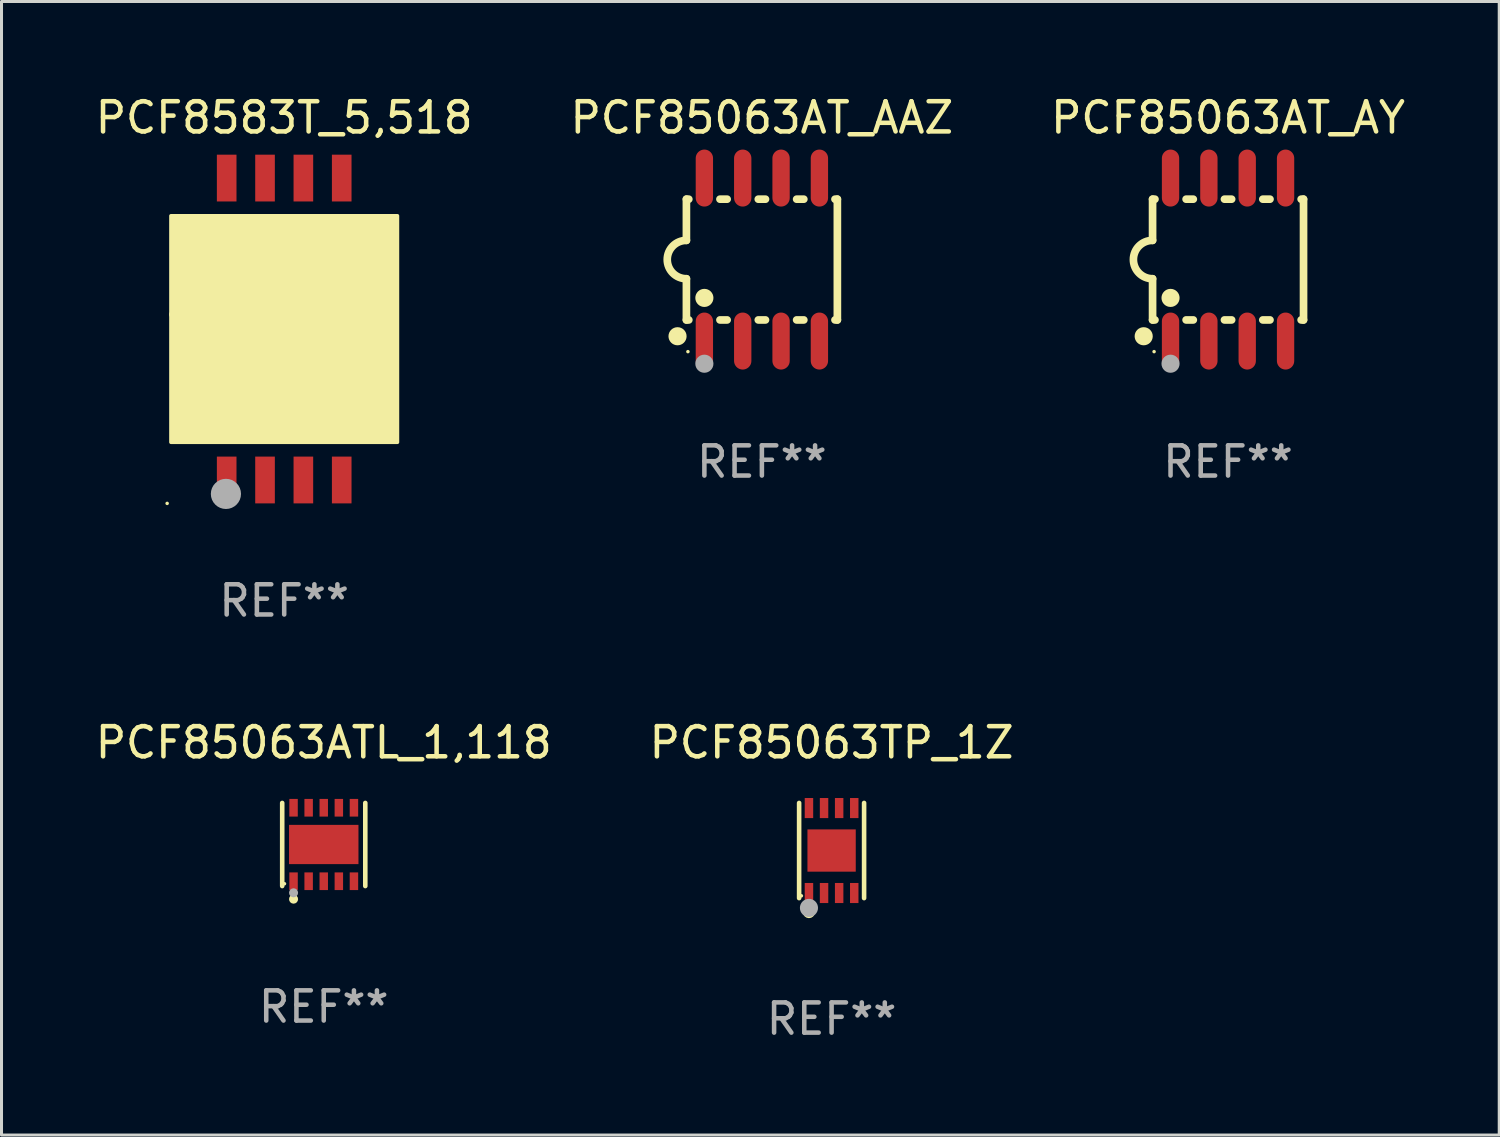
<source format=kicad_pcb>
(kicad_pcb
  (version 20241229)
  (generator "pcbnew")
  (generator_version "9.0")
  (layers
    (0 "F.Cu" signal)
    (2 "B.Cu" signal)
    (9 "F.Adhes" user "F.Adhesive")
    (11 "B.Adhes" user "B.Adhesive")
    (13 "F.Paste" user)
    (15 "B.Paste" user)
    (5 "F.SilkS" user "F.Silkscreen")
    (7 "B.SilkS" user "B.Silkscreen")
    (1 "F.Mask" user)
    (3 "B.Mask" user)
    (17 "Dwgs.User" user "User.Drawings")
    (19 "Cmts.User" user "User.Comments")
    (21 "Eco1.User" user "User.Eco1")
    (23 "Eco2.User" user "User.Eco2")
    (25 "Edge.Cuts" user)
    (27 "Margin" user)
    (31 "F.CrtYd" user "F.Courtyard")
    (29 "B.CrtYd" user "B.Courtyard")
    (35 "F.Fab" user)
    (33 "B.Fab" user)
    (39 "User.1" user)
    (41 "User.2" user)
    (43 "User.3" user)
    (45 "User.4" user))
  (footprint "PCF85063ATL_1,118"
    (layer "F.Cu")
    (at 7.673 24.921)
    (property "Reference" "PCF85063ATL_1,118" (at 0 -3.376 0) (layer "F.SilkS") (effects (font (size 1 1) (thickness 0.15))))
    (attr through_hole)
    (fp_line (start -1.376 1.376) (end -1.376 -1.376) (stroke (width 0.152) (type solid)) (layer "F.SilkS"))
    (fp_line (start 1.376 1.376) (end 1.376 -1.376) (stroke (width 0.152) (type solid)) (layer "F.SilkS"))
    (fp_circle (center -1.3 1.3) (end -1.27 1.3) (stroke (width 0.06) (type solid)) (fill no) (layer "F.SilkS"))
    (fp_circle (center -1 1.81) (end -0.925 1.81) (stroke (width 0.15) (type solid)) (fill no) (layer "F.SilkS"))
    (fp_circle (center -1 1.6) (end -0.925 1.6) (stroke (width 0.15) (type solid)) (fill no) (layer "F.Fab"))
    (fp_text user "REF**" (at 0 5.376 0) (layer "F.Fab") (effects (font (size 1 1) (thickness 0.15))))
    (pad "1" smd rect (at -1 1.217) (size 0.28 0.585) (layers "F.Cu" "F.Mask" "F.Paste"))
    (pad "2" smd rect (at -0.5 1.217) (size 0.28 0.585) (layers "F.Cu" "F.Mask" "F.Paste"))
    (pad "3" smd rect (at 0 1.217) (size 0.28 0.585) (layers "F.Cu" "F.Mask" "F.Paste"))
    (pad "4" smd rect (at 0.5 1.217) (size 0.28 0.585) (layers "F.Cu" "F.Mask" "F.Paste"))
    (pad "5" smd rect (at 1 1.217) (size 0.28 0.585) (layers "F.Cu" "F.Mask" "F.Paste"))
    (pad "6" smd rect (at 1 -1.217) (size 0.28 0.585) (layers "F.Cu" "F.Mask" "F.Paste"))
    (pad "7" smd rect (at 0.5 -1.217) (size 0.28 0.585) (layers "F.Cu" "F.Mask" "F.Paste"))
    (pad "8" smd rect (at 0 -1.217) (size 0.28 0.585) (layers "F.Cu" "F.Mask" "F.Paste"))
    (pad "9" smd rect (at -0.5 -1.217) (size 0.28 0.585) (layers "F.Cu" "F.Mask" "F.Paste"))
    (pad "10" smd rect (at -1 -1.217) (size 0.28 0.585) (layers "F.Cu" "F.Mask" "F.Paste"))
    (pad "11" smd rect (at 0 0) (size 2.3 1.3) (layers "F.Cu" "F.Mask" "F.Paste")))
  (footprint "PCF85063AT_AY"
    (layer "F.Cu")
    (at 37.625 5.547)
    (property "Reference" "PCF85063AT_AY" (at 0 -4.699 0) (layer "F.SilkS") (effects (font (size 1 1) (thickness 0.15))))
    (attr through_hole)
    (fp_line (start -2.5 -2) (end -2.5 -0.635) (stroke (width 0.254) (type solid)) (layer "F.SilkS"))
    (fp_line (start -2.5 -2) (end -2.421 -2) (stroke (width 0.254) (type solid)) (layer "F.SilkS"))
    (fp_line (start -2.5 2) (end -2.5 0.635) (stroke (width 0.254) (type solid)) (layer "F.SilkS"))
    (fp_line (start -2.5 2) (end -2.421 2) (stroke (width 0.254) (type solid)) (layer "F.SilkS"))
    (fp_line (start -1.389 -2) (end -1.151 -2) (stroke (width 0.254) (type solid)) (layer "F.SilkS"))
    (fp_line (start -1.389 2) (end -1.151 2) (stroke (width 0.254) (type solid)) (layer "F.SilkS"))
    (fp_line (start -0.119 -2) (end 0.119 -2) (stroke (width 0.254) (type solid)) (layer "F.SilkS"))
    (fp_line (start -0.119 2) (end 0.119 2) (stroke (width 0.254) (type solid)) (layer "F.SilkS"))
    (fp_line (start 1.151 -2) (end 1.389 -2) (stroke (width 0.254) (type solid)) (layer "F.SilkS"))
    (fp_line (start 1.151 2) (end 1.389 2) (stroke (width 0.254) (type solid)) (layer "F.SilkS"))
    (fp_line (start 2.421 -2) (end 2.5 -2) (stroke (width 0.254) (type solid)) (layer "F.SilkS"))
    (fp_line (start 2.421 2) (end 2.5 2) (stroke (width 0.254) (type solid)) (layer "F.SilkS"))
    (fp_line (start 2.5 -2) (end 2.5 2) (stroke (width 0.254) (type solid)) (layer "F.SilkS"))
    (fp_arc (start -2.5 0.635001) (mid -3.134366 -0.000318) (end -2.499365 -0.635001) (stroke (width 0.254001) (type solid)) (layer "F.SilkS"))
    (fp_circle (center -2.794 2.54) (end -2.644 2.54) (stroke (width 0.3) (type solid)) (fill no) (layer "F.SilkS"))
    (fp_circle (center -2.45 3.05) (end -2.42 3.05) (stroke (width 0.06) (type solid)) (fill no) (layer "F.SilkS"))
    (fp_circle (center -1.905 1.27) (end -1.755 1.27) (stroke (width 0.3) (type solid)) (fill no) (layer "F.SilkS"))
    (fp_circle (center -1.905 3.45) (end -1.755 3.45) (stroke (width 0.3) (type solid)) (fill no) (layer "F.Fab"))
    (fp_text user "REF**" (at 0 6.699 0) (layer "F.Fab") (effects (font (size 1 1) (thickness 0.15))))
    (pad "1" smd oval (at -1.905 2.699) (size 0.574 1.888) (layers "F.Cu" "F.Mask" "F.Paste"))
    (pad "2" smd oval (at -0.635 2.699) (size 0.574 1.888) (layers "F.Cu" "F.Mask" "F.Paste"))
    (pad "3" smd oval (at 0.635 2.699) (size 0.574 1.888) (layers "F.Cu" "F.Mask" "F.Paste"))
    (pad "4" smd oval (at 1.905 2.699) (size 0.574 1.888) (layers "F.Cu" "F.Mask" "F.Paste"))
    (pad "5" smd oval (at 1.905 -2.699) (size 0.574 1.888) (layers "F.Cu" "F.Mask" "F.Paste"))
    (pad "6" smd oval (at 0.635 -2.699) (size 0.574 1.888) (layers "F.Cu" "F.Mask" "F.Paste"))
    (pad "7" smd oval (at -0.635 -2.699) (size 0.574 1.888) (layers "F.Cu" "F.Mask" "F.Paste"))
    (pad "8" smd oval (at -1.905 -2.699) (size 0.574 1.888) (layers "F.Cu" "F.Mask" "F.Paste")))
  (footprint "PCF85063TP_1Z"
    (layer "F.Cu")
    (at 24.494 25.121)
    (property "Reference" "PCF85063TP_1Z" (at 0 -3.576 0) (layer "F.SilkS") (effects (font (size 1 1) (thickness 0.15))))
    (attr through_hole)
    (fp_line (start -1.076 1.576) (end -1.076 -1.576) (stroke (width 0.152) (type solid)) (layer "F.SilkS"))
    (fp_line (start 1.076 -1.576) (end 1.076 1.576) (stroke (width 0.152) (type solid)) (layer "F.SilkS"))
    (fp_circle (center -1 1.5) (end -0.97 1.5) (stroke (width 0.06) (type solid)) (fill no) (layer "F.SilkS"))
    (fp_circle (center -0.75 2.04) (end -0.65 2.04) (stroke (width 0.2) (type solid)) (fill no) (layer "F.SilkS"))
    (fp_circle (center -0.75 1.9) (end -0.6 1.9) (stroke (width 0.3) (type solid)) (fill no) (layer "F.Fab"))
    (fp_text user "REF**" (at 0 5.576 0) (layer "F.Fab") (effects (font (size 1 1) (thickness 0.15))))
    (pad "1" smd rect (at -0.75 1.407) (size 0.28 0.665) (layers "F.Cu" "F.Mask" "F.Paste"))
    (pad "2" smd rect (at -0.25 1.407) (size 0.28 0.665) (layers "F.Cu" "F.Mask" "F.Paste"))
    (pad "3" smd rect (at 0.25 1.407) (size 0.28 0.665) (layers "F.Cu" "F.Mask" "F.Paste"))
    (pad "4" smd rect (at 0.75 1.407) (size 0.28 0.665) (layers "F.Cu" "F.Mask" "F.Paste"))
    (pad "5" smd rect (at 0.75 -1.407) (size 0.28 0.665) (layers "F.Cu" "F.Mask" "F.Paste"))
    (pad "6" smd rect (at 0.25 -1.407) (size 0.28 0.665) (layers "F.Cu" "F.Mask" "F.Paste"))
    (pad "7" smd rect (at -0.25 -1.407) (size 0.28 0.665) (layers "F.Cu" "F.Mask" "F.Paste"))
    (pad "8" smd rect (at -0.75 -1.407) (size 0.28 0.665) (layers "F.Cu" "F.Mask" "F.Paste"))
    (pad "9" smd rect (at 0 0) (size 1.6 1.4) (layers "F.Cu" "F.Mask" "F.Paste")))
  (footprint "PCF8583T_5,518"
    (layer "F.Cu")
    (at 6.363 7.848)
    (property "Reference" "PCF8583T_5,518" (at 0 -7 0) (layer "F.SilkS") (effects (font (size 1 1) (thickness 0.15))))
    (attr through_hole)
    (fp_arc (start -3.683363 -0.482957) (mid -3.225627 -0.037753) (end -3.657963 0.432156) (stroke (width 0.254001) (type solid)) (layer "F.SilkS"))
    (fp_circle (center -3.877 5.775) (end -3.847 5.775) (stroke (width 0.06) (type solid)) (fill no) (layer "F.SilkS"))
    (fp_poly (pts (xy -3.75 -3.75) (xy 3.75 -3.75) (xy 3.75 3.75) (xy -3.75 3.75)) (stroke (width 0.12) (type solid)) (fill yes) (layer "F.SilkS"))
    (fp_circle (center -1.93 5.461) (end -1.68 5.461) (stroke (width 0.5) (type solid)) (fill no) (layer "F.Fab"))
    (fp_text user "REF**" (at 0 9 0) (layer "F.Fab") (effects (font (size 1 1) (thickness 0.15))))
    (pad "1" smd rect (at -1.905 5) (size 0.65 1.55) (layers "F.Cu" "F.Mask" "F.Paste"))
    (pad "2" smd rect (at -0.635 5) (size 0.65 1.55) (layers "F.Cu" "F.Mask" "F.Paste"))
    (pad "3" smd rect (at 0.635 5) (size 0.65 1.55) (layers "F.Cu" "F.Mask" "F.Paste"))
    (pad "4" smd rect (at 1.905 5) (size 0.65 1.55) (layers "F.Cu" "F.Mask" "F.Paste"))
    (pad "5" smd rect (at 1.905 -5) (size 0.65 1.55) (layers "F.Cu" "F.Mask" "F.Paste"))
    (pad "6" smd rect (at 0.635 -5) (size 0.65 1.55) (layers "F.Cu" "F.Mask" "F.Paste"))
    (pad "7" smd rect (at -0.635 -5) (size 0.65 1.55) (layers "F.Cu" "F.Mask" "F.Paste"))
    (pad "8" smd rect (at -1.905 -5) (size 0.65 1.55) (layers "F.Cu" "F.Mask" "F.Paste")))
  (footprint "PCF85063AT_AAZ"
    (layer "F.Cu")
    (at 22.185 5.547)
    (property "Reference" "PCF85063AT_AAZ" (at 0 -4.699 0) (layer "F.SilkS") (effects (font (size 1 1) (thickness 0.15))))
    (attr through_hole)
    (fp_line (start -2.5 -2) (end -2.5 -0.635) (stroke (width 0.254) (type solid)) (layer "F.SilkS"))
    (fp_line (start -2.5 -2) (end -2.421 -2) (stroke (width 0.254) (type solid)) (layer "F.SilkS"))
    (fp_line (start -2.5 2) (end -2.5 0.635) (stroke (width 0.254) (type solid)) (layer "F.SilkS"))
    (fp_line (start -2.5 2) (end -2.421 2) (stroke (width 0.254) (type solid)) (layer "F.SilkS"))
    (fp_line (start -1.389 -2) (end -1.151 -2) (stroke (width 0.254) (type solid)) (layer "F.SilkS"))
    (fp_line (start -1.389 2) (end -1.151 2) (stroke (width 0.254) (type solid)) (layer "F.SilkS"))
    (fp_line (start -0.119 -2) (end 0.119 -2) (stroke (width 0.254) (type solid)) (layer "F.SilkS"))
    (fp_line (start -0.119 2) (end 0.119 2) (stroke (width 0.254) (type solid)) (layer "F.SilkS"))
    (fp_line (start 1.151 -2) (end 1.389 -2) (stroke (width 0.254) (type solid)) (layer "F.SilkS"))
    (fp_line (start 1.151 2) (end 1.389 2) (stroke (width 0.254) (type solid)) (layer "F.SilkS"))
    (fp_line (start 2.421 -2) (end 2.5 -2) (stroke (width 0.254) (type solid)) (layer "F.SilkS"))
    (fp_line (start 2.421 2) (end 2.5 2) (stroke (width 0.254) (type solid)) (layer "F.SilkS"))
    (fp_line (start 2.5 -2) (end 2.5 2) (stroke (width 0.254) (type solid)) (layer "F.SilkS"))
    (fp_arc (start -2.5 0.635001) (mid -3.134366 -0.000318) (end -2.499365 -0.635001) (stroke (width 0.254001) (type solid)) (layer "F.SilkS"))
    (fp_circle (center -2.794 2.54) (end -2.644 2.54) (stroke (width 0.3) (type solid)) (fill no) (layer "F.SilkS"))
    (fp_circle (center -2.45 3.05) (end -2.42 3.05) (stroke (width 0.06) (type solid)) (fill no) (layer "F.SilkS"))
    (fp_circle (center -1.905 1.27) (end -1.755 1.27) (stroke (width 0.3) (type solid)) (fill no) (layer "F.SilkS"))
    (fp_circle (center -1.905 3.45) (end -1.755 3.45) (stroke (width 0.3) (type solid)) (fill no) (layer "F.Fab"))
    (fp_text user "REF**" (at 0 6.699 0) (layer "F.Fab") (effects (font (size 1 1) (thickness 0.15))))
    (pad "1" smd oval (at -1.905 2.699) (size 0.574 1.888) (layers "F.Cu" "F.Mask" "F.Paste"))
    (pad "2" smd oval (at -0.635 2.699) (size 0.574 1.888) (layers "F.Cu" "F.Mask" "F.Paste"))
    (pad "3" smd oval (at 0.635 2.699) (size 0.574 1.888) (layers "F.Cu" "F.Mask" "F.Paste"))
    (pad "4" smd oval (at 1.905 2.699) (size 0.574 1.888) (layers "F.Cu" "F.Mask" "F.Paste"))
    (pad "5" smd oval (at 1.905 -2.699) (size 0.574 1.888) (layers "F.Cu" "F.Mask" "F.Paste"))
    (pad "6" smd oval (at 0.635 -2.699) (size 0.574 1.888) (layers "F.Cu" "F.Mask" "F.Paste"))
    (pad "7" smd oval (at -0.635 -2.699) (size 0.574 1.888) (layers "F.Cu" "F.Mask" "F.Paste"))
    (pad "8" smd oval (at -1.905 -2.699) (size 0.574 1.888) (layers "F.Cu" "F.Mask" "F.Paste")))
  (gr_rect
    (start -3 -3)
    (end 46.607 34.545)
    (stroke (width 0.1) (type default))
    (fill no)
    (layer "Edge.Cuts")))
</source>
